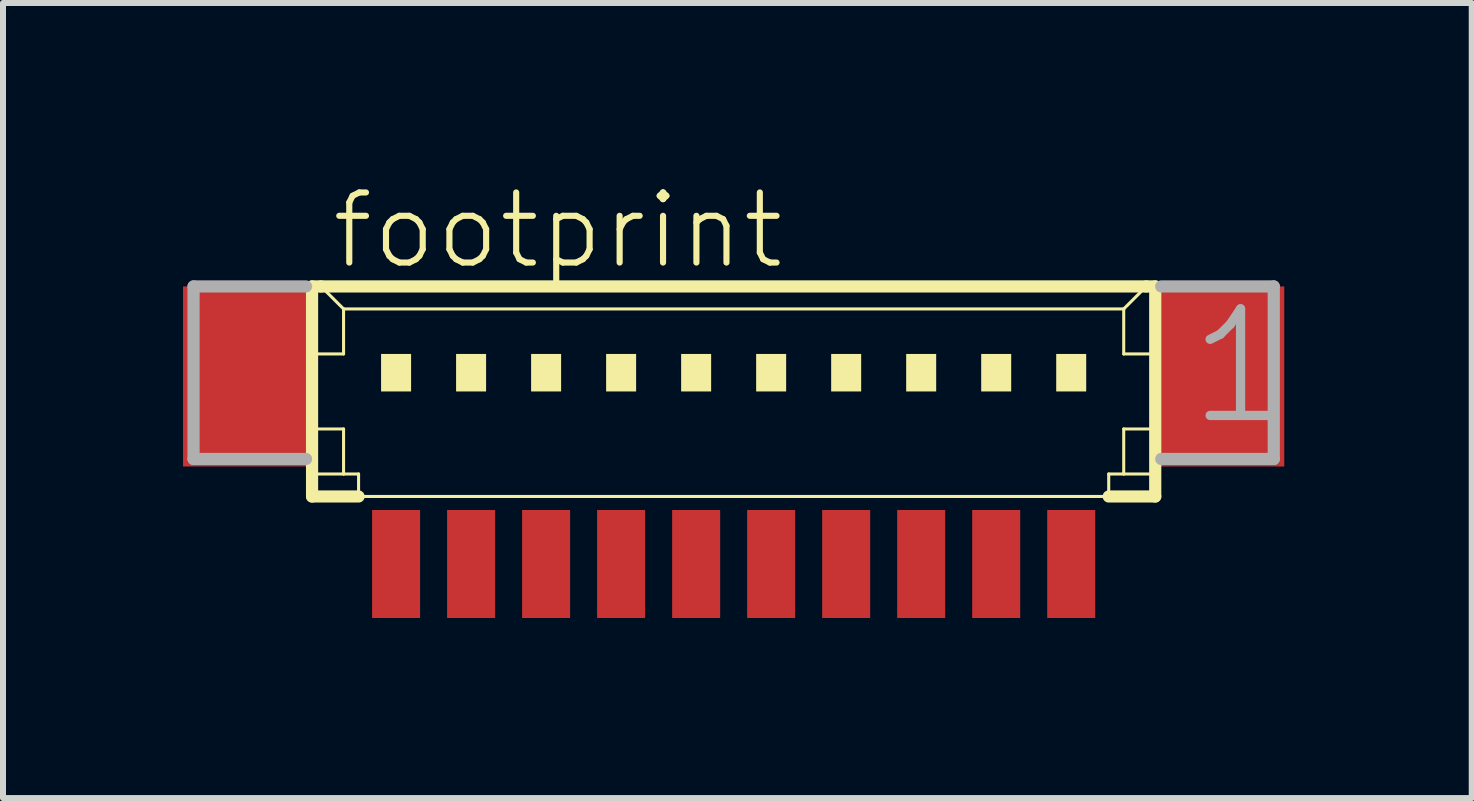
<source format=kicad_pcb>
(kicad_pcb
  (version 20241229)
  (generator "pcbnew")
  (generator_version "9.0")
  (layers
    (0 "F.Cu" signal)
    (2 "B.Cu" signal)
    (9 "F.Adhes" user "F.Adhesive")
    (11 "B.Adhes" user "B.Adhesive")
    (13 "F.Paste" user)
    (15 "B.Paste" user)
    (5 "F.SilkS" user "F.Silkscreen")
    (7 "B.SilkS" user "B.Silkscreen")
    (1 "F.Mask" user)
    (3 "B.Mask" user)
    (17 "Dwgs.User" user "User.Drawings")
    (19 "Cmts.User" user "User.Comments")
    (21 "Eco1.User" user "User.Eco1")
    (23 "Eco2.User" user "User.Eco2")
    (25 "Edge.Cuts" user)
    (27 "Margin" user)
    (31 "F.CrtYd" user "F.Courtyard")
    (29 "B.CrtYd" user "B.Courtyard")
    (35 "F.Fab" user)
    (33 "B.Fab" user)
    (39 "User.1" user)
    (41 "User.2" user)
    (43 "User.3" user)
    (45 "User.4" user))
  (footprint "footprint"
    (layer "F.Cu")
    (at 9.175 3.848)
    (property "Reference" "footprint" (at -6.75 -2.375 0) (layer "F.SilkS") (effects (font (size 1.168 1.168) (thickness 0.102)) (justify left bottom)))
    (fp_line (start -7.025 -2.125) (end -7.025 1.375) (stroke (width 0.203) (type solid)) (layer "F.SilkS"))
    (fp_line (start -7.025 1.375) (end -6.25 1.375) (stroke (width 0.203) (type solid)) (layer "F.SilkS"))
    (fp_line (start -7 -1) (end -6.5 -1) (stroke (width 0.051) (type solid)) (layer "F.SilkS"))
    (fp_line (start -7 0.25) (end -6.5 0.25) (stroke (width 0.051) (type solid)) (layer "F.SilkS"))
    (fp_line (start -7 1) (end -6.5 1) (stroke (width 0.051) (type solid)) (layer "F.SilkS"))
    (fp_line (start -6.875 -2.125) (end -7.025 -2.125) (stroke (width 0.203) (type solid)) (layer "F.SilkS"))
    (fp_line (start -6.5 -1.75) (end -6.875 -2.125) (stroke (width 0.051) (type solid)) (layer "F.SilkS"))
    (fp_line (start -6.5 -1.75) (end 6.5 -1.75) (stroke (width 0.051) (type solid)) (layer "F.SilkS"))
    (fp_line (start -6.5 -1) (end -6.5 -1.75) (stroke (width 0.051) (type solid)) (layer "F.SilkS"))
    (fp_line (start -6.5 0.25) (end -6.5 1) (stroke (width 0.051) (type solid)) (layer "F.SilkS"))
    (fp_line (start -6.5 1) (end -6.25 1) (stroke (width 0.051) (type solid)) (layer "F.SilkS"))
    (fp_line (start -6.25 1) (end -6.25 1.375) (stroke (width 0.051) (type solid)) (layer "F.SilkS"))
    (fp_line (start -6.25 1.375) (end 6.25 1.375) (stroke (width 0.051) (type solid)) (layer "F.SilkS"))
    (fp_line (start 6.25 1) (end 6.25 1.375) (stroke (width 0.051) (type solid)) (layer "F.SilkS"))
    (fp_line (start 6.25 1) (end 6.5 1) (stroke (width 0.051) (type solid)) (layer "F.SilkS"))
    (fp_line (start 6.25 1.375) (end 7.025 1.375) (stroke (width 0.203) (type solid)) (layer "F.SilkS"))
    (fp_line (start 6.5 -1.75) (end 6.5 -1) (stroke (width 0.051) (type solid)) (layer "F.SilkS"))
    (fp_line (start 6.5 -1.75) (end 6.875 -2.125) (stroke (width 0.051) (type solid)) (layer "F.SilkS"))
    (fp_line (start 6.5 -1) (end 7 -1) (stroke (width 0.051) (type solid)) (layer "F.SilkS"))
    (fp_line (start 6.5 0.25) (end 6.5 1) (stroke (width 0.051) (type solid)) (layer "F.SilkS"))
    (fp_line (start 6.5 0.25) (end 7 0.25) (stroke (width 0.051) (type solid)) (layer "F.SilkS"))
    (fp_line (start 6.5 1) (end 7 1) (stroke (width 0.051) (type solid)) (layer "F.SilkS"))
    (fp_line (start 6.875 -2.125) (end -6.875 -2.125) (stroke (width 0.203) (type solid)) (layer "F.SilkS"))
    (fp_line (start 7.025 -2.125) (end 6.875 -2.125) (stroke (width 0.203) (type solid)) (layer "F.SilkS"))
    (fp_line (start 7.025 1.375) (end 7.025 -2.125) (stroke (width 0.203) (type solid)) (layer "F.SilkS"))
    (fp_poly (pts (xy -5.875 -0.375) (xy -5.375 -0.375) (xy -5.375 -1) (xy -5.875 -1)) (stroke (width 0) (type solid)) (fill yes) (layer "F.SilkS"))
    (fp_poly (pts (xy -4.625 -0.375) (xy -4.125 -0.375) (xy -4.125 -1) (xy -4.625 -1)) (stroke (width 0) (type solid)) (fill yes) (layer "F.SilkS"))
    (fp_poly (pts (xy -3.375 -0.375) (xy -2.875 -0.375) (xy -2.875 -1) (xy -3.375 -1)) (stroke (width 0) (type solid)) (fill yes) (layer "F.SilkS"))
    (fp_poly (pts (xy -2.125 -0.375) (xy -1.625 -0.375) (xy -1.625 -1) (xy -2.125 -1)) (stroke (width 0) (type solid)) (fill yes) (layer "F.SilkS"))
    (fp_poly (pts (xy -0.875 -0.375) (xy -0.375 -0.375) (xy -0.375 -1) (xy -0.875 -1)) (stroke (width 0) (type solid)) (fill yes) (layer "F.SilkS"))
    (fp_poly (pts (xy 0.375 -0.375) (xy 0.875 -0.375) (xy 0.875 -1) (xy 0.375 -1)) (stroke (width 0) (type solid)) (fill yes) (layer "F.SilkS"))
    (fp_poly (pts (xy 1.625 -0.375) (xy 2.125 -0.375) (xy 2.125 -1) (xy 1.625 -1)) (stroke (width 0) (type solid)) (fill yes) (layer "F.SilkS"))
    (fp_poly (pts (xy 2.875 -0.375) (xy 3.375 -0.375) (xy 3.375 -1) (xy 2.875 -1)) (stroke (width 0) (type solid)) (fill yes) (layer "F.SilkS"))
    (fp_poly (pts (xy 4.125 -0.375) (xy 4.625 -0.375) (xy 4.625 -1) (xy 4.125 -1)) (stroke (width 0) (type solid)) (fill yes) (layer "F.SilkS"))
    (fp_poly (pts (xy 5.375 -0.375) (xy 5.875 -0.375) (xy 5.875 -1) (xy 5.375 -1)) (stroke (width 0) (type solid)) (fill yes) (layer "F.SilkS"))
    (fp_line (start -9 -2.125) (end -9 0.75) (stroke (width 0.203) (type solid)) (layer "F.Fab"))
    (fp_line (start -9 0.75) (end -7.125 0.75) (stroke (width 0.203) (type solid)) (layer "F.Fab"))
    (fp_line (start -7.125 -2.125) (end -9 -2.125) (stroke (width 0.203) (type solid)) (layer "F.Fab"))
    (fp_line (start 7.125 0.75) (end 9 0.75) (stroke (width 0.203) (type solid)) (layer "F.Fab"))
    (fp_line (start 9 -2.125) (end 7.125 -2.125) (stroke (width 0.203) (type solid)) (layer "F.Fab"))
    (fp_line (start 9 0.75) (end 9 -2.125) (stroke (width 0.203) (type solid)) (layer "F.Fab"))
    (fp_text user "1" (at 7.5 0.25 0) (layer "F.Fab") (effects (font (size 1.776 1.776) (thickness 0.154)) (justify left bottom)))
    (pad "1" smd rect (at 5.625 2.5) (size 0.8 1.8) (layers "F.Cu" "F.Mask" "F.Paste"))
    (pad "2" smd rect (at 4.375 2.5) (size 0.8 1.8) (layers "F.Cu" "F.Mask" "F.Paste"))
    (pad "3" smd rect (at 3.125 2.5) (size 0.8 1.8) (layers "F.Cu" "F.Mask" "F.Paste"))
    (pad "4" smd rect (at 1.875 2.5) (size 0.8 1.8) (layers "F.Cu" "F.Mask" "F.Paste"))
    (pad "5" smd rect (at 0.625 2.5) (size 0.8 1.8) (layers "F.Cu" "F.Mask" "F.Paste"))
    (pad "6" smd rect (at -0.625 2.5) (size 0.8 1.8) (layers "F.Cu" "F.Mask" "F.Paste"))
    (pad "7" smd rect (at -1.875 2.5) (size 0.8 1.8) (layers "F.Cu" "F.Mask" "F.Paste"))
    (pad "8" smd rect (at -3.125 2.5) (size 0.8 1.8) (layers "F.Cu" "F.Mask" "F.Paste"))
    (pad "9" smd rect (at -4.375 2.5) (size 0.8 1.8) (layers "F.Cu" "F.Mask" "F.Paste"))
    (pad "10" smd rect (at -5.625 2.5) (size 0.8 1.8) (layers "F.Cu" "F.Mask" "F.Paste"))
    (pad "S1" smd rect (at 8.125 -0.625) (size 2.1 3) (layers "F.Cu" "F.Mask" "F.Paste"))
    (pad "S2" smd rect (at -8.125 -0.625) (size 2.1 3) (layers "F.Cu" "F.Mask" "F.Paste")))
  (gr_rect
    (start -3 -3)
    (end 21.474 10.248)
    (stroke (width 0.1) (type default))
    (fill no)
    (layer "Edge.Cuts")))
</source>
